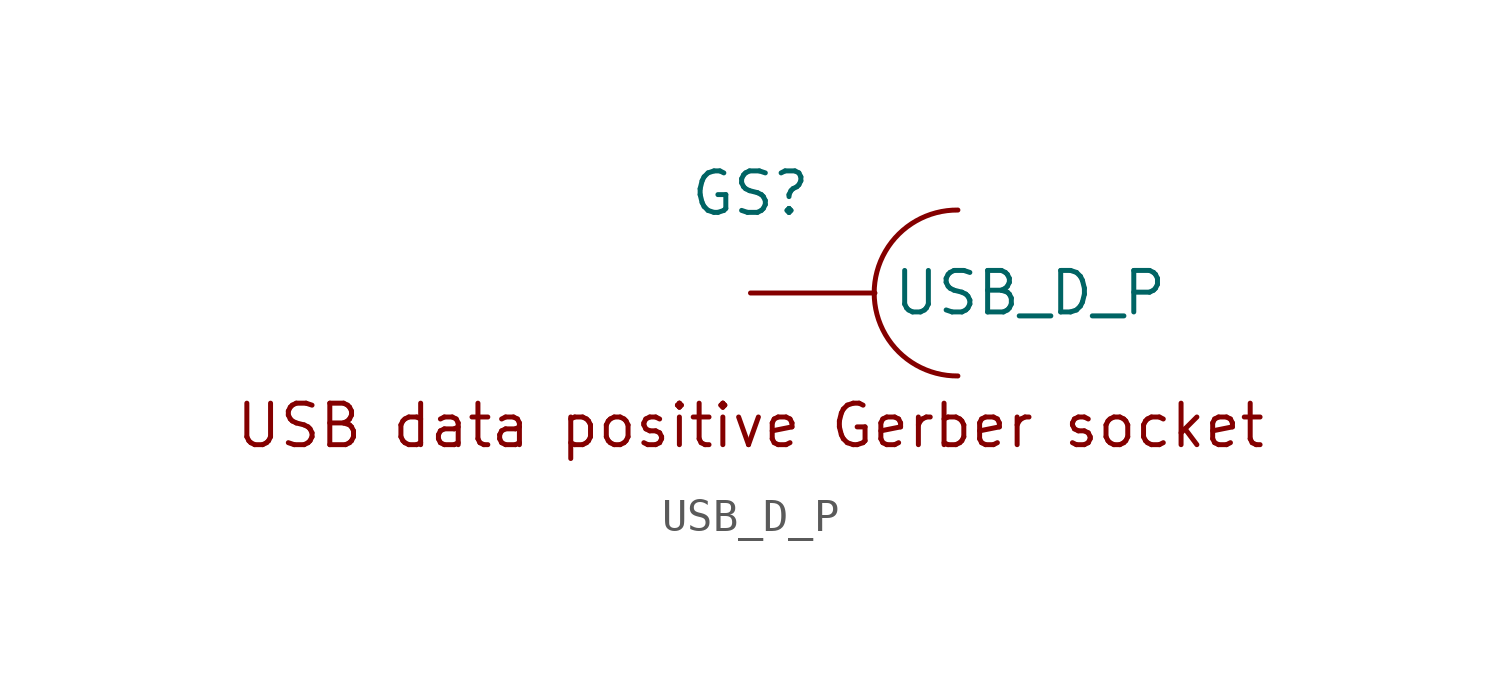
<source format=kicad_sym>
(kicad_symbol_lib
  (version 20241209)
  (generator "kicad_symbol_editor")
  (generator_version "9.0")
  (symbol "USB_D_P"
    (pin_numbers
      (hide yes))
    (property "Reference" "GS"
      (at 0 3.048 0)
      (effects (font (size 1.27 1.27))))
    (symbol "USB_D_P_0_1"
      (arc (start 6.35 -2.54) (mid 3.7874 0) (end 6.35 2.54) (stroke (width 0) (type default)) (fill (type none))))
    (symbol "USB_D_P_1_1"
      (text "USB data positive Gerber socket" (at 0 -4.064 0) (effects (font (size 1.27 1.27))))
      (pin bidirectional line (at 0 0 0) (length 3.81) (name "USB_D_P" (effects (font (size 1.27 1.27)))) (number "1" (effects (font (size 1.27 1.27))))))))
</source>
